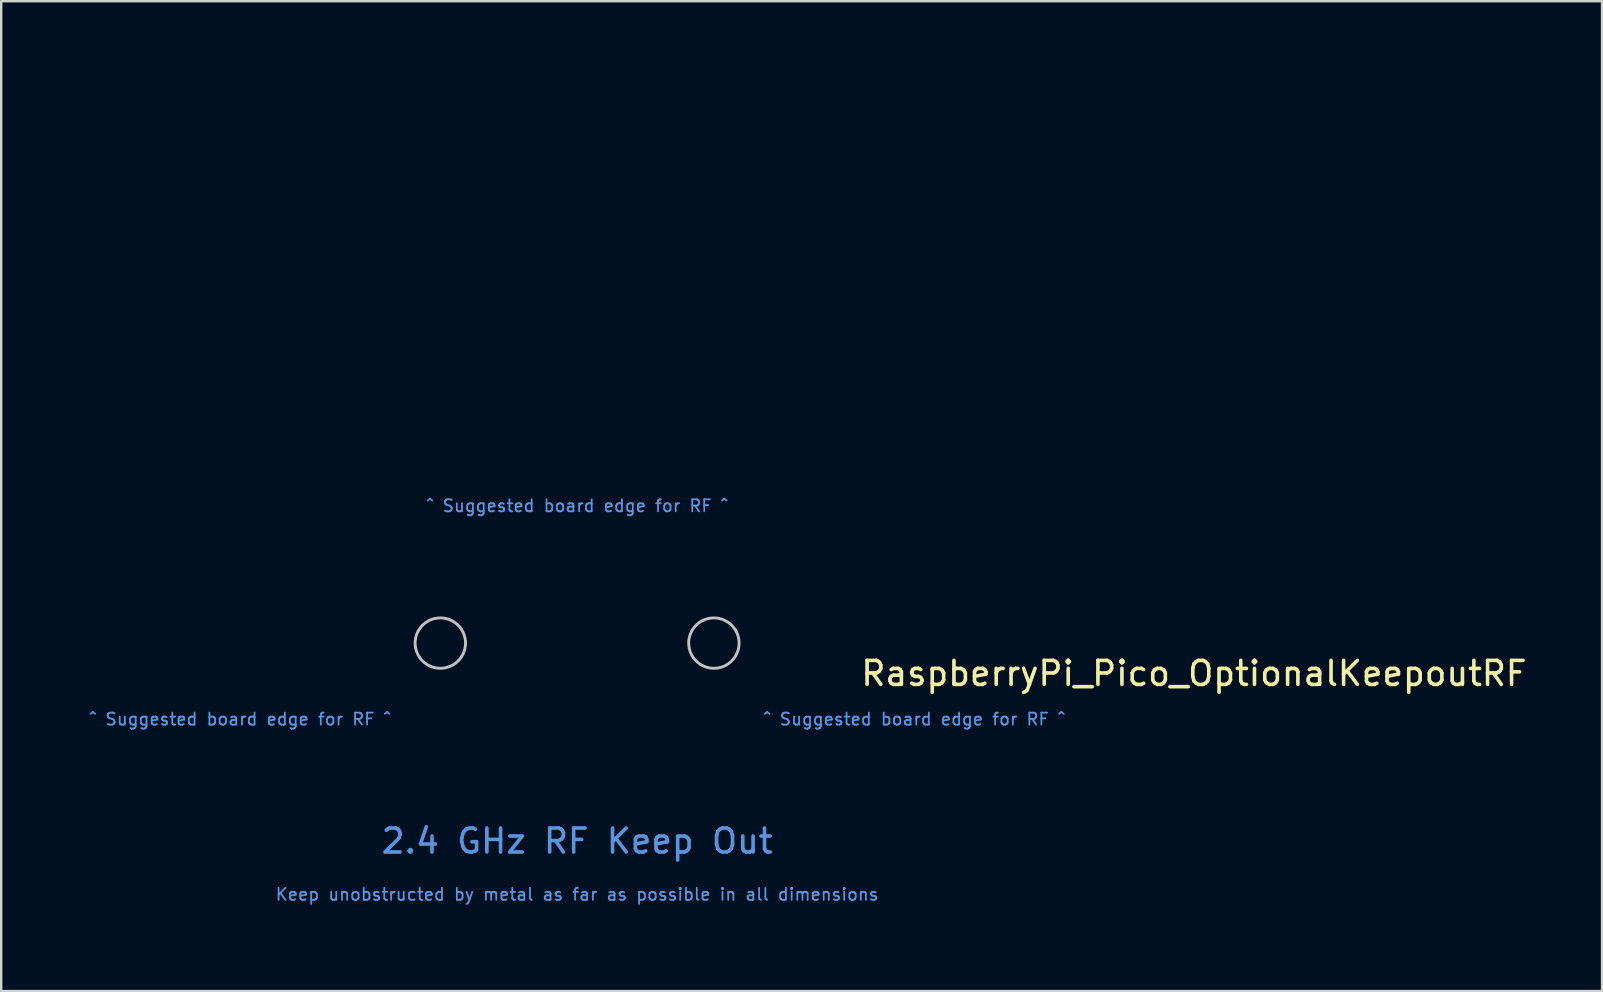
<source format=kicad_pcb>
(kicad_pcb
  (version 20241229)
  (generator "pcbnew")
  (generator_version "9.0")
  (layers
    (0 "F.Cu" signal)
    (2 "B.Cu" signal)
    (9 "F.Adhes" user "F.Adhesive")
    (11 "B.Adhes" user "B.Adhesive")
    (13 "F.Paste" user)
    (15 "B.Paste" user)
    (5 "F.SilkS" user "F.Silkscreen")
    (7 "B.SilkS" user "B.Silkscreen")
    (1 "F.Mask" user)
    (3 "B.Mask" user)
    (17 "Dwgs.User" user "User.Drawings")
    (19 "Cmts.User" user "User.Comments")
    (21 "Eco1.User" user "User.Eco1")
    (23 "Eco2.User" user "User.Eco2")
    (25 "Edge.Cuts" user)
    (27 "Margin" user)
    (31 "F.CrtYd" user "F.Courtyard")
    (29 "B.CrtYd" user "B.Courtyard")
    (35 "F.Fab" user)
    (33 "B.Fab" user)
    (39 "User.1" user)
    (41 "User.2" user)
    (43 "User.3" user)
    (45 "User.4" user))
  (footprint "RaspberryPi_Pico_OptionalKeepoutRF"
    (layer "F.Cu")
    (at 21 0.25)
    (property "Reference" "RaspberryPi_Pico_OptionalKeepoutRF" (at 11.748 24.765 0) (unlocked yes) (layer "F.SilkS") (effects (font (size 1 1) (thickness 0.15)) (justify left)))
    (attr board_only exclude_from_pos_files exclude_from_bom allow_missing_courtyard)
    (fp_circle (center -5.7 23.5) (end -4.65 23.5) (stroke (width 0.12) (type solid)) (fill no) (layer "Dwgs.User"))
    (fp_circle (center 5.7 23.5) (end 6.75 23.5) (stroke (width 0.12) (type solid)) (fill no) (layer "Dwgs.User"))
    (fp_text user "Keep unobstructed by metal as far as possible in all dimensions" (at 0 33.972 0) (unlocked yes) (layer "Cmts.User") (effects (font (size 0.5 0.5) (thickness 0.075))))
    (fp_text user "^ Suggested board edge for RF ^" (at -14.05 26.67 0) (unlocked yes) (layer "Cmts.User") (effects (font (size 0.5 0.5) (thickness 0.075))))
    (fp_text user "^ Suggested board edge for RF ^" (at 14.05 26.67 0) (unlocked yes) (layer "Cmts.User") (effects (font (size 0.5 0.5) (thickness 0.075))))
    (fp_text user "2.4 GHz RF Keep Out" (at 0 31.75 0) (unlocked yes) (layer "Cmts.User") (effects (font (size 1 1) (thickness 0.15))))
    (fp_text user "^ Suggested board edge for RF ^" (at 0 17.78 0) (unlocked yes) (layer "Cmts.User") (effects (font (size 0.5 0.5) (thickness 0.075))))
    (zone (net_name "") (layers "F.Cu" "B.Cu" "F.Paste" "B.Paste") (name "RF Copper Keep Out") (hatch full 0.5) (connect_pads) (min_thickness 0.254) (filled_areas_thickness no) (keepout (tracks not_allowed) (vias not_allowed) (pads not_allowed) (copperpour not_allowed) (footprints not_allowed)) (placement (enabled no)) (fill) (polygon (pts (xy 0 25.25) (xy 42 25.25) (xy 42 35.25) (xy 0 35.25))))
    (zone (net_name "") (layer "Edge.Cuts") (name "Board Keep Out Suggestion RF") (hatch edge 0.5) (connect_pads) (min_thickness 0.254) (filled_areas_thickness no) (keepout (tracks allowed) (vias allowed) (pads allowed) (copperpour allowed) (footprints allowed)) (placement (enabled no)) (fill) (polygon (pts (xy 28.1 26.25) (xy 42 26.25) (xy 42 35.25) (xy 0 35.25) (xy 0 26.25) (xy 13.9 26.25) (xy 13.9 17.25) (xy 28.1 17.25)))))
  (gr_rect
    (start -3 -3)
    (end 63.712 38.25)
    (stroke (width 0.1) (type default))
    (fill no)
    (layer "Edge.Cuts")))
</source>
